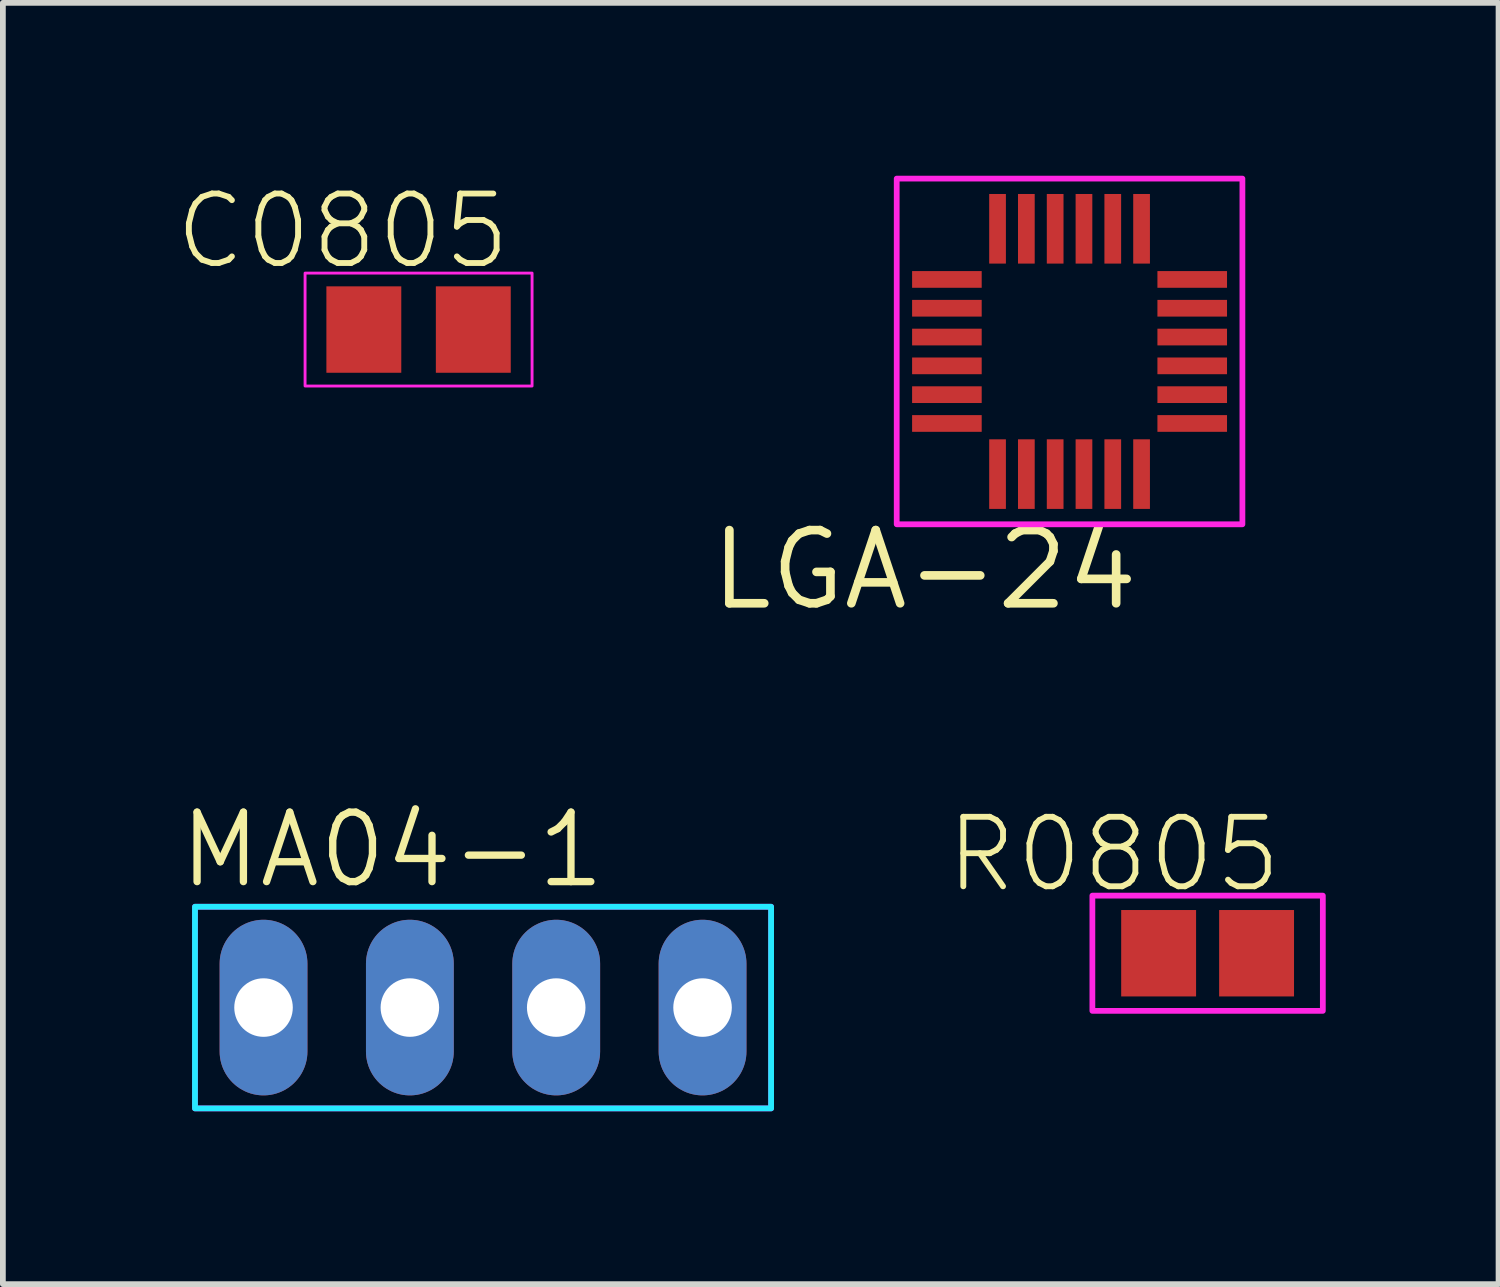
<source format=kicad_pcb>
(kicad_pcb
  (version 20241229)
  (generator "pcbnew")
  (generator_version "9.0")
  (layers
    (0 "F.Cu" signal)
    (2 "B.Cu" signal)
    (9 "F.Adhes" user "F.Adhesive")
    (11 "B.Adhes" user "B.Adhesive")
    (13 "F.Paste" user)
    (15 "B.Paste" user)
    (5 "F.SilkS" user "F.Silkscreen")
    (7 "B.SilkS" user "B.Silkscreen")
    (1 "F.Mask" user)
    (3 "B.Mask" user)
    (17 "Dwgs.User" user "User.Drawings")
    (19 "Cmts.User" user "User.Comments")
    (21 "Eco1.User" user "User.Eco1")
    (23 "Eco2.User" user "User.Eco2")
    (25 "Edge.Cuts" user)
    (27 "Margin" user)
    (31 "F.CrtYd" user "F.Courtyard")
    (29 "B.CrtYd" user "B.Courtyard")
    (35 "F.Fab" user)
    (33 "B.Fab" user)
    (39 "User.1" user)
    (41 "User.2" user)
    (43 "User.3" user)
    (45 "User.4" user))
  (footprint "MA04-1"
    (layer "F.Cu")
    (at 5.334 14.438)
    (property "Reference" "MA04-1" (at -5.334 -2.032 0) (layer "F.SilkS") (effects (font (size 1.206 1.206) (thickness 0.127)) (justify left bottom)))
    (attr through_hole)
    (fp_poly (pts (xy -5 -1.75) (xy 5 -1.75) (xy 5 1.75) (xy -5 1.75)) (stroke (width 0.1) (type solid)) (fill no) (layer "B.CrtYd"))
    (fp_poly (pts (xy -5 -1.75) (xy 5 -1.75) (xy 5 1.75) (xy -5 1.75)) (stroke (width 0.1) (type solid)) (fill no) (layer "F.CrtYd"))
    (pad "1" thru_hole oval (at -3.81 0 90) (size 3.048 1.524) (drill 1.016) (layers "*.Cu" "*.Mask"))
    (pad "2" thru_hole oval (at -1.27 0 90) (size 3.048 1.524) (drill 1.016) (layers "*.Cu" "*.Mask"))
    (pad "3" thru_hole oval (at 1.27 0 90) (size 3.048 1.524) (drill 1.016) (layers "*.Cu" "*.Mask"))
    (pad "4" thru_hole oval (at 3.81 0 90) (size 3.048 1.524) (drill 1.016) (layers "*.Cu" "*.Mask")))
  (footprint "R0805"
    (layer "F.Cu")
    (at 17.91 13.495)
    (property "Reference" "R0805" (at 1.34 -2.42 0) (layer "F.SilkS") (effects (font (size 1.206 1.206) (thickness 0.102)) (justify right top)))
    (attr through_hole)
    (fp_poly (pts (xy -2 -1) (xy 2 -1) (xy 2 1) (xy -2 1)) (stroke (width 0.1) (type solid)) (fill no) (layer "F.CrtYd"))
    (pad "1" smd rect (at -0.85 0) (size 1.3 1.5) (layers "F.Cu" "F.Mask" "F.Paste"))
    (pad "2" smd rect (at 0.85 0) (size 1.3 1.5) (layers "F.Cu" "F.Mask" "F.Paste")))
  (footprint "LGA-24"
    (layer "F.Cu")
    (at 15.514 3.05)
    (property "Reference" "LGA-24" (at 1.27 3.048 0) (layer "F.SilkS") (effects (font (size 1.27 1.27) (thickness 0.15)) (justify right top)))
    (attr through_hole)
    (fp_poly (pts (xy -3 -3) (xy 3 -3) (xy 3 3) (xy -3 3)) (stroke (width 0.1) (type solid)) (fill no) (layer "F.CrtYd"))
    (pad "1" smd rect (at -2.129 -1.25 90) (size 0.29 1.208) (layers "F.Cu" "F.Mask" "F.Paste"))
    (pad "2" smd rect (at -2.129 -0.75 90) (size 0.29 1.208) (layers "F.Cu" "F.Mask" "F.Paste"))
    (pad "3" smd rect (at -2.129 -0.25 90) (size 0.29 1.208) (layers "F.Cu" "F.Mask" "F.Paste"))
    (pad "4" smd rect (at -2.129 0.25 90) (size 0.29 1.208) (layers "F.Cu" "F.Mask" "F.Paste"))
    (pad "5" smd rect (at -2.129 0.75 90) (size 0.29 1.208) (layers "F.Cu" "F.Mask" "F.Paste"))
    (pad "6" smd rect (at -2.129 1.25 90) (size 0.29 1.208) (layers "F.Cu" "F.Mask" "F.Paste"))
    (pad "7" smd rect (at -1.25 2.129 180) (size 0.29 1.208) (layers "F.Cu" "F.Mask" "F.Paste"))
    (pad "8" smd rect (at -0.75 2.129 180) (size 0.29 1.208) (layers "F.Cu" "F.Mask" "F.Paste"))
    (pad "9" smd rect (at -0.25 2.129 180) (size 0.29 1.208) (layers "F.Cu" "F.Mask" "F.Paste"))
    (pad "10" smd rect (at 0.25 2.129 180) (size 0.29 1.208) (layers "F.Cu" "F.Mask" "F.Paste"))
    (pad "11" smd rect (at 0.75 2.129 180) (size 0.29 1.208) (layers "F.Cu" "F.Mask" "F.Paste"))
    (pad "12" smd rect (at 1.25 2.129 180) (size 0.29 1.208) (layers "F.Cu" "F.Mask" "F.Paste"))
    (pad "13" smd rect (at 2.129 1.25 270) (size 0.29 1.208) (layers "F.Cu" "F.Mask" "F.Paste"))
    (pad "14" smd rect (at 2.129 0.75 270) (size 0.29 1.208) (layers "F.Cu" "F.Mask" "F.Paste"))
    (pad "15" smd rect (at 2.129 0.25 270) (size 0.29 1.208) (layers "F.Cu" "F.Mask" "F.Paste"))
    (pad "16" smd rect (at 2.129 -0.25 270) (size 0.29 1.208) (layers "F.Cu" "F.Mask" "F.Paste"))
    (pad "17" smd rect (at 2.129 -0.75 270) (size 0.29 1.208) (layers "F.Cu" "F.Mask" "F.Paste"))
    (pad "18" smd rect (at 2.129 -1.25 270) (size 0.29 1.208) (layers "F.Cu" "F.Mask" "F.Paste"))
    (pad "19" smd rect (at 1.25 -2.129) (size 0.29 1.208) (layers "F.Cu" "F.Mask" "F.Paste"))
    (pad "20" smd rect (at 0.75 -2.129) (size 0.29 1.208) (layers "F.Cu" "F.Mask" "F.Paste"))
    (pad "21" smd rect (at 0.25 -2.129) (size 0.29 1.208) (layers "F.Cu" "F.Mask" "F.Paste"))
    (pad "22" smd rect (at -0.25 -2.129) (size 0.29 1.208) (layers "F.Cu" "F.Mask" "F.Paste"))
    (pad "23" smd rect (at -0.75 -2.129) (size 0.29 1.208) (layers "F.Cu" "F.Mask" "F.Paste"))
    (pad "24" smd rect (at -1.25 -2.129) (size 0.29 1.208) (layers "F.Cu" "F.Mask" "F.Paste")))
  (footprint "C0805"
    (layer "F.Cu")
    (at 4.215 2.67)
    (property "Reference" "C0805" (at 1.651 -2.413 0) (layer "F.SilkS") (effects (font (size 1.206 1.206) (thickness 0.102)) (justify right top)))
    (attr through_hole)
    (fp_poly (pts (xy -1.97 -0.98) (xy 1.97 -0.98) (xy 1.97 0.98) (xy -1.97 0.98)) (stroke (width 0.05) (type solid)) (fill no) (layer "F.CrtYd"))
    (pad "1" smd rect (at -0.95 0) (size 1.3 1.5) (layers "F.Cu" "F.Mask" "F.Paste"))
    (pad "2" smd rect (at 0.95 0) (size 1.3 1.5) (layers "F.Cu" "F.Mask" "F.Paste")))
  (gr_rect
    (start -3 -3)
    (end 22.96 19.238)
    (stroke (width 0.1) (type default))
    (fill no)
    (layer "Edge.Cuts")))
</source>
